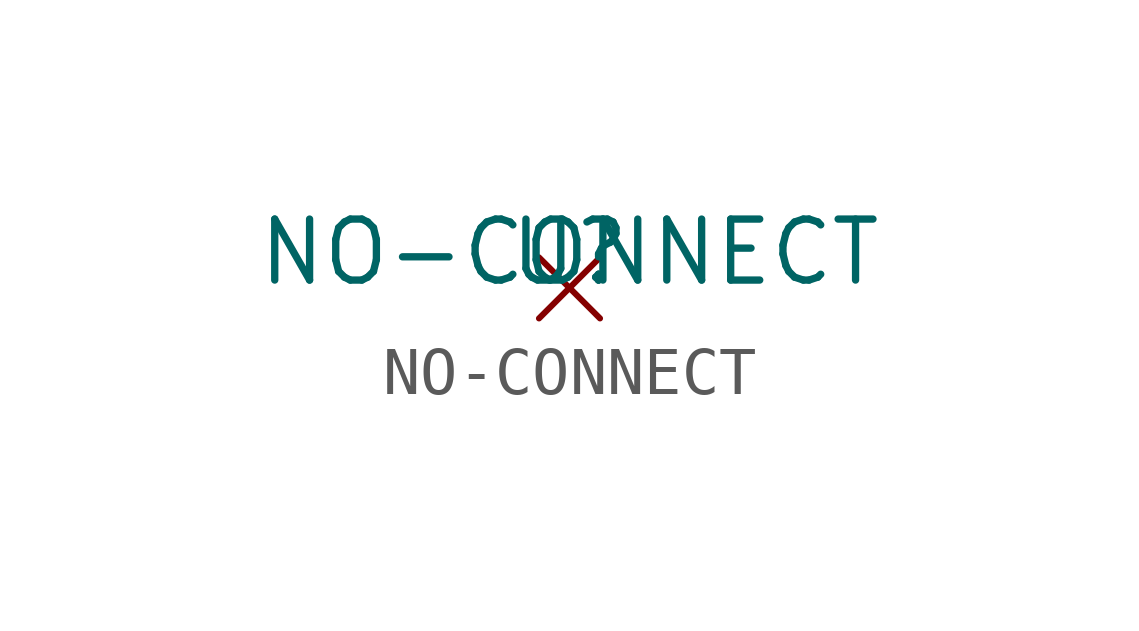
<source format=kicad_sym>
(kicad_symbol_lib
  (version 20211014)
  (generator kicad_symbol_editor)
  (symbol "NO-CONNECT"
    (pin_names
      (offset 1.016))
    (property "Reference" "U"
      (at 0 0 0)
      (effects (font (size 1.27 1.27)) (justify bottom)))
    (property "Value" "NO-CONNECT"
      (at 0 0.0 0)
      (effects (font (size 1.27 1.27)) (justify bottom)))
    (symbol "NO-CONNECT_0_0"
      (polyline (pts (xy 0.635 0.635) (xy 0.0 0.0)) (stroke (width 0.127)))
      (polyline (pts (xy -0.635 0.635) (xy 0.0 0.0)) (stroke (width 0.127)))
      (polyline (pts (xy -0.635 -0.635) (xy 0.0 0.0)) (stroke (width 0.127)))
      (polyline (pts (xy 0.0 0.0) (xy 0.635 -0.635)) (stroke (width 0.127))))))
</source>
